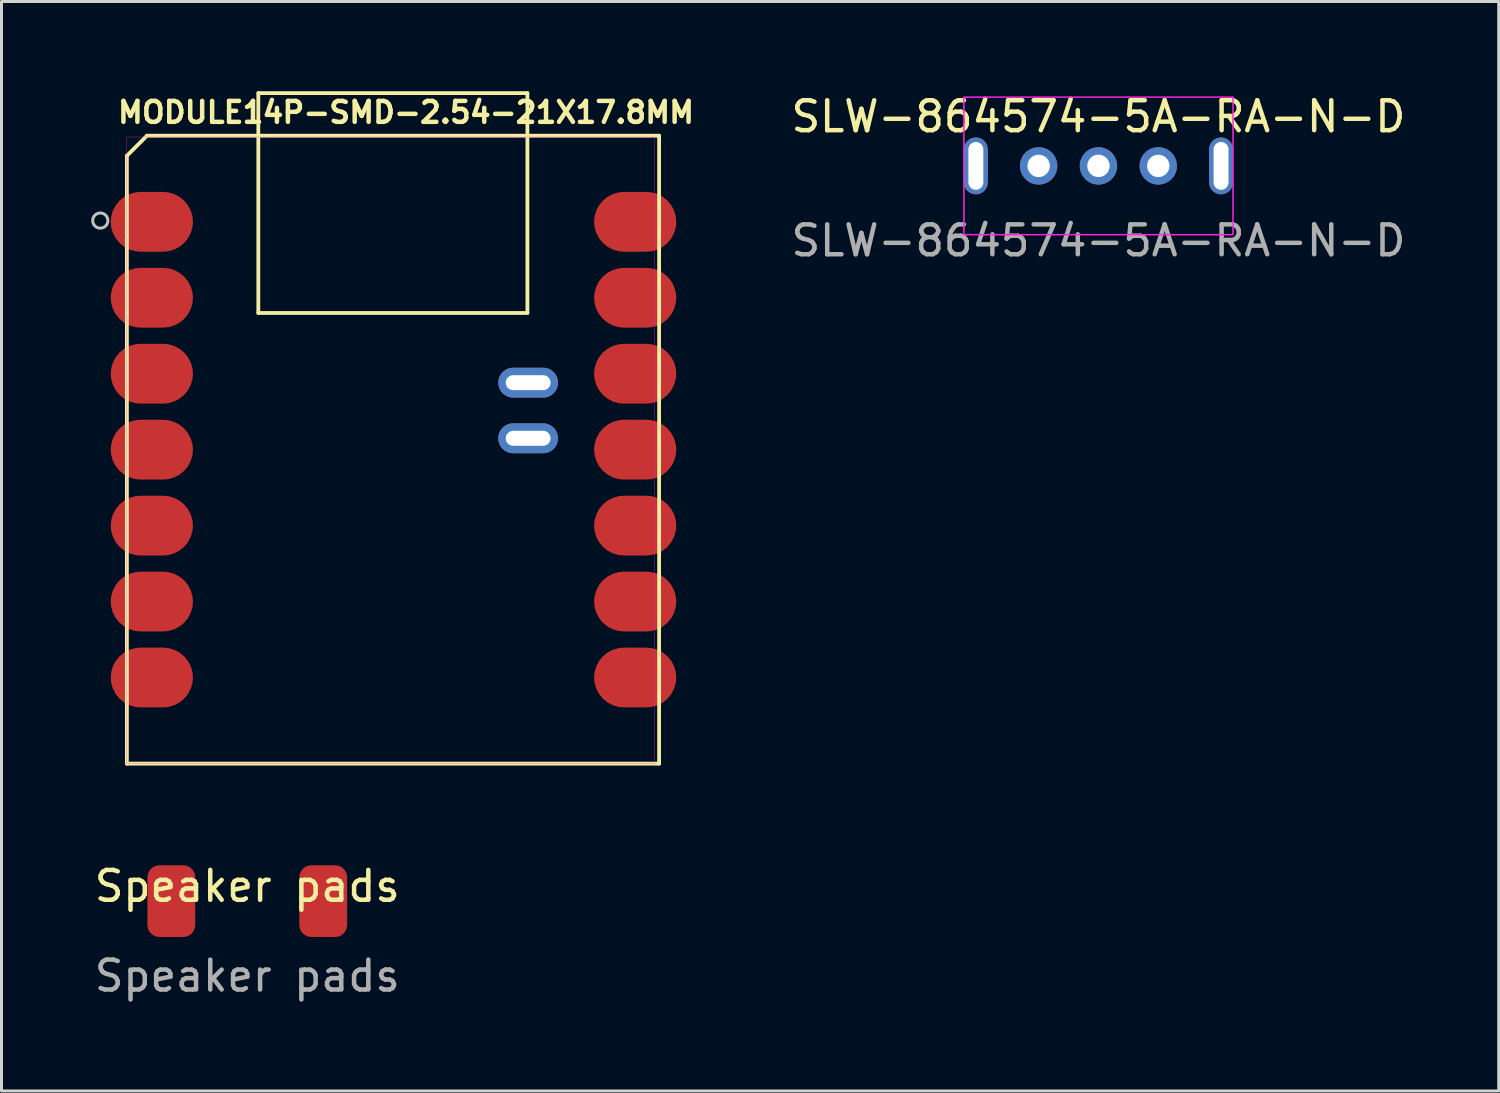
<source format=kicad_pcb>
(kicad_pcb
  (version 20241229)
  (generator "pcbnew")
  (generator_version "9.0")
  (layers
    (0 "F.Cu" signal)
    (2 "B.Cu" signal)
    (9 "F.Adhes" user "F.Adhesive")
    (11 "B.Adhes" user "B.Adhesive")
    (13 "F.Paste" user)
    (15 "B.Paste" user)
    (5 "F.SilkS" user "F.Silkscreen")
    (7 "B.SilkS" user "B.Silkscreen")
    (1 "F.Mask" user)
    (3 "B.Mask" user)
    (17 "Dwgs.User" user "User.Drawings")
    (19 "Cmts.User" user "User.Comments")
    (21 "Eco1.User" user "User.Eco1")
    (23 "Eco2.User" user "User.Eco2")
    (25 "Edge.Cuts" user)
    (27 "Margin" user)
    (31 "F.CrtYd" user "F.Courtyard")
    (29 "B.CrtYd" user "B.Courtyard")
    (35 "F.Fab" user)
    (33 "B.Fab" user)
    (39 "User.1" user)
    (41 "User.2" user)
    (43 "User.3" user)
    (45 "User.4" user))
  (footprint "Speaker pads"
    (layer "F.Cu")
    (at 5.22 27.087)
    (property "Reference" "Speaker pads" (at 0 -0.5 0) (unlocked yes) (layer "F.SilkS") (effects (font (size 1 1) (thickness 0.15))))
    (attr smd)
    (fp_text user "${REFERENCE}" (at 0 2.5 0) (unlocked yes) (layer "F.Fab") (effects (font (size 1 1) (thickness 0.15))))
    (pad "1" smd roundrect (at -2.54 0) (size 1.6 2.4) (layers "F.Cu" "F.Mask" "F.Paste") (roundrect_rratio 0.25))
    (pad "2" smd roundrect (at 2.54 0) (size 1.6 2.4) (layers "F.Cu" "F.Mask" "F.Paste") (roundrect_rratio 0.25)))
  (footprint "SLW-864574-5A-RA-N-D"
    (layer "F.Cu")
    (at 33.686 2.498)
    (property "Reference" "SLW-864574-5A-RA-N-D" (at 0 -1.65 0) (unlocked yes) (layer "F.SilkS") (effects (font (size 1 1) (thickness 0.15))))
    (attr smd)
    (fp_rect (start -4.5 -2.3) (end 4.5 2.3) (stroke (width 0.05) (type default)) (fill no) (layer "F.CrtYd"))
    (fp_text user "${REFERENCE}" (at 0 2.5 0) (unlocked yes) (layer "F.Fab") (effects (font (size 1 1) (thickness 0.15))))
    (pad "1" thru_hole circle (at -2 0) (size 1.25 1.25) (drill 0.75) (layers "*.Cu" "*.Mask"))
    (pad "2" thru_hole circle (at 0 0) (size 1.25 1.25) (drill 0.75) (layers "*.Cu" "*.Mask"))
    (pad "3" thru_hole circle (at 2 0) (size 1.25 1.25) (drill 0.75) (layers "*.Cu" "*.Mask"))
    (pad "4" thru_hole oval (at -4.1 0) (size 0.8 1.9) (drill oval 0.5 1.6) (layers "*.Cu" "*.Mask"))
    (pad "5" thru_hole oval (at 4.1 0) (size 0.8 1.9) (drill oval 0.5 1.6) (layers "*.Cu" "*.Mask")))
  (footprint "MODULE14P-SMD-2.54-21X17.8MM"
    (layer "F.Cu")
    (at 1.193 22.488)
    (property "Reference" "MODULE14P-SMD-2.54-21X17.8MM" (at 9.335 -21.78 0) (layer "F.SilkS") (effects (font (size 0.7 0.7) (thickness 0.15))))
    (attr through_hole)
    (fp_line (start 0 -20.328) (end 0 0) (stroke (width 0.127) (type solid)) (layer "F.SilkS"))
    (fp_line (start 0 0) (end 17.8 0) (stroke (width 0.127) (type solid)) (layer "F.SilkS"))
    (fp_line (start 0.672 -21) (end 0 -20.328) (stroke (width 0.127) (type solid)) (layer "F.SilkS"))
    (fp_line (start 4.396 -15.072) (end 4.396 -22.425) (stroke (width 0.127) (type solid)) (layer "F.SilkS"))
    (fp_line (start 4.4 -22.424) (end 13.395 -22.424) (stroke (width 0.127) (type solid)) (layer "F.SilkS"))
    (fp_line (start 13.395 -22.424) (end 13.395 -15.072) (stroke (width 0.127) (type solid)) (layer "F.SilkS"))
    (fp_line (start 13.395 -15.072) (end 4.396 -15.072) (stroke (width 0.127) (type solid)) (layer "F.SilkS"))
    (fp_line (start 17.8 -21) (end 0.672 -21) (stroke (width 0.127) (type solid)) (layer "F.SilkS"))
    (fp_line (start 17.8 0) (end 17.8 -21) (stroke (width 0.127) (type solid)) (layer "F.SilkS"))
    (fp_circle (center -0.889 -18.161) (end -0.635 -18.161) (stroke (width 0.1) (type solid)) (fill no) (layer "Dwgs.User"))
    (fp_poly (pts (xy 0 -20.955) (xy 17.653 -20.955) (xy 17.653 0) (xy 0 0)) (stroke (width 0.01) (type solid)) (fill no) (layer "F.CrtYd"))
    (pad "1" smd roundrect (at 0.835 -18.12) (size 2.75 2) (layers "F.Cu" "F.Mask" "F.Paste") (roundrect_rratio 0.5))
    (pad "2" smd roundrect (at 0.835 -15.58) (size 2.75 2) (layers "F.Cu" "F.Mask" "F.Paste") (roundrect_rratio 0.5))
    (pad "3" smd roundrect (at 0.835 -13.04) (size 2.75 2) (layers "F.Cu" "F.Mask" "F.Paste") (roundrect_rratio 0.5))
    (pad "4" smd roundrect (at 0.835 -10.5) (size 2.75 2) (layers "F.Cu" "F.Mask" "F.Paste") (roundrect_rratio 0.5))
    (pad "5" smd roundrect (at 0.835 -7.96) (size 2.75 2) (layers "F.Cu" "F.Mask" "F.Paste") (roundrect_rratio 0.5))
    (pad "6" smd roundrect (at 0.835 -5.42) (size 2.75 2) (layers "F.Cu" "F.Mask" "F.Paste") (roundrect_rratio 0.5))
    (pad "7" smd roundrect (at 0.835 -2.88) (size 2.75 2) (layers "F.Cu" "F.Mask" "F.Paste") (roundrect_rratio 0.5))
    (pad "8" smd roundrect (at 17 -2.88) (size 2.75 2) (layers "F.Cu" "F.Mask" "F.Paste") (roundrect_rratio 0.5))
    (pad "9" smd roundrect (at 17 -5.42) (size 2.75 2) (layers "F.Cu" "F.Mask" "F.Paste") (roundrect_rratio 0.5))
    (pad "10" smd roundrect (at 17 -7.96) (size 2.75 2) (layers "F.Cu" "F.Mask" "F.Paste") (roundrect_rratio 0.5))
    (pad "11" smd roundrect (at 17 -10.5) (size 2.75 2) (layers "F.Cu" "F.Mask" "F.Paste") (roundrect_rratio 0.5))
    (pad "12" smd roundrect (at 17 -13.04) (size 2.75 2) (layers "F.Cu" "F.Mask" "F.Paste") (roundrect_rratio 0.5))
    (pad "13" smd roundrect (at 17 -15.58) (size 2.75 2) (layers "F.Cu" "F.Mask" "F.Paste") (roundrect_rratio 0.5))
    (pad "14" smd roundrect (at 17 -18.12) (size 2.75 2) (layers "F.Cu" "F.Mask" "F.Paste") (roundrect_rratio 0.5))
    (pad "15" thru_hole oval (at 13.42 -10.88) (size 2 1) (drill oval 1.5 0.5) (layers "*.Cu" "*.Mask"))
    (pad "16" thru_hole oval (at 13.42 -12.74) (size 2 1) (drill oval 1.5 0.5) (layers "*.Cu" "*.Mask"))
    (zone (net_name "") (layer "F.Cu") (hatch full 0.508) (connect_pads) (min_thickness 0.01) (filled_areas_thickness no) (keepout (tracks not_allowed) (vias not_allowed) (pads not_allowed) (copperpour not_allowed) (footprints allowed)) (placement (enabled no)) (fill) (polygon (pts (xy 4.178 9.725) (xy 7.098 9.725) (xy 7.098 11.757) (xy 4.178 11.757))))
    (zone (net_name "") (layer "F.Cu") (hatch full 0.508) (connect_pads) (min_thickness 0.01) (filled_areas_thickness no) (keepout (tracks not_allowed) (vias not_allowed) (pads not_allowed) (copperpour not_allowed) (footprints allowed)) (placement (enabled no)) (fill) (polygon (pts (xy 4.876 1.407) (xy 6.654 1.407) (xy 6.654 4.074) (xy 4.876 4.074))))
    (zone (net_name "") (layer "F.Cu") (hatch full 0.508) (connect_pads) (min_thickness 0.01) (filled_areas_thickness no) (keepout (tracks not_allowed) (vias not_allowed) (pads not_allowed) (copperpour not_allowed) (footprints allowed)) (placement (enabled no)) (fill) (polygon (pts (xy 4.876 5.471) (xy 6.654 5.471) (xy 6.654 8.137) (xy 4.876 8.137))))
    (zone (net_name "") (layer "F.Cu") (hatch full 0.508) (connect_pads) (min_thickness 0.01) (filled_areas_thickness no) (keepout (tracks not_allowed) (vias not_allowed) (pads not_allowed) (copperpour not_allowed) (footprints allowed)) (placement (enabled no)) (fill) (polygon (pts (xy 7.543 2.168) (xy 12.75 2.168) (xy 12.75 9.153) (xy 7.543 9.153))))
    (zone (net_name "") (layer "F.Cu") (hatch full 0.508) (connect_pads) (min_thickness 0.01) (filled_areas_thickness no) (keepout (tracks not_allowed) (vias not_allowed) (pads not_allowed) (copperpour not_allowed) (footprints allowed)) (placement (enabled no)) (fill) (polygon (pts (xy 7.543 19.314) (xy 13.258 19.314) (xy 13.258 21.854) (xy 7.543 21.854))))
    (zone (net_name "") (layer "F.Cu") (hatch full 0.508) (connect_pads) (min_thickness 0.01) (filled_areas_thickness no) (keepout (tracks not_allowed) (vias not_allowed) (pads not_allowed) (copperpour not_allowed) (footprints allowed)) (placement (enabled no)) (fill) (polygon (pts (xy 10.972 11.185) (xy 14.02 11.185) (xy 14.02 14.233) (xy 10.972 14.233))))
    (zone (net_name "") (layer "F.Cu") (hatch full 0.508) (connect_pads) (min_thickness 0.01) (filled_areas_thickness no) (keepout (tracks not_allowed) (vias not_allowed) (pads not_allowed) (copperpour not_allowed) (footprints allowed)) (placement (enabled no)) (fill) (polygon (pts (xy 13.512 1.407) (xy 15.29 1.407) (xy 15.29 4.074) (xy 13.512 4.074))))
    (zone (net_name "") (layer "F.Cu") (hatch full 0.508) (connect_pads) (min_thickness 0.01) (filled_areas_thickness no) (keepout (tracks not_allowed) (vias not_allowed) (pads not_allowed) (copperpour not_allowed) (footprints allowed)) (placement (enabled no)) (fill) (polygon (pts (xy 13.512 5.471) (xy 15.29 5.471) (xy 15.29 8.137) (xy 13.512 8.137)))))
  (gr_rect
    (start -3 -3)
    (end 47.073 33.435)
    (stroke (width 0.1) (type default))
    (fill no)
    (layer "Edge.Cuts")))
</source>
